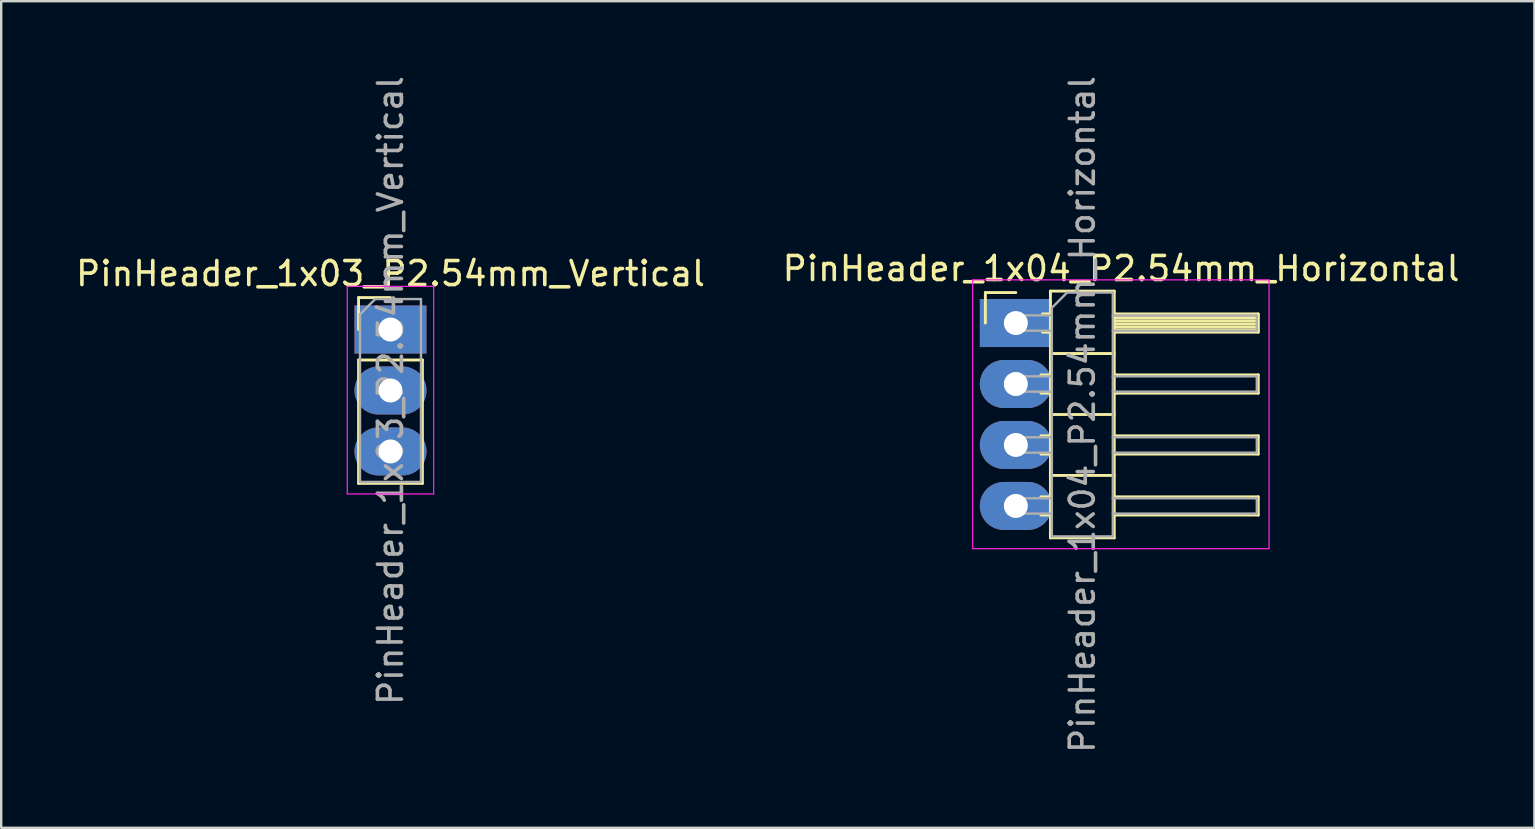
<source format=kicad_pcb>
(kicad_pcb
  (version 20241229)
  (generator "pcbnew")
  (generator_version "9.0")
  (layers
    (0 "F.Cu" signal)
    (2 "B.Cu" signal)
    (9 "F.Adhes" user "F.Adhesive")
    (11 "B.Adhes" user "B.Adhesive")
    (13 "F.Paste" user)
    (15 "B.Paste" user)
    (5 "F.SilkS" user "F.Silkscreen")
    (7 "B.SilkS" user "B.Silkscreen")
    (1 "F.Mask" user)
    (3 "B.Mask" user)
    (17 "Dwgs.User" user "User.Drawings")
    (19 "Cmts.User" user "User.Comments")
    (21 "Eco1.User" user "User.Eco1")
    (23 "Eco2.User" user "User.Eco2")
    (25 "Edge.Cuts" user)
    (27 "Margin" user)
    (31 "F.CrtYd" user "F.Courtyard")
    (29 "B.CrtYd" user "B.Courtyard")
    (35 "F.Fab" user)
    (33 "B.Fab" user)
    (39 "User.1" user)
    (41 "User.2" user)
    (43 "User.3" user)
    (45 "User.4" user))
  (footprint "PinHeader_1x03_P2.54mm_Vertical"
    (layer "F.Cu")
    (at 13.22 10.68)
    (property "Reference" "PinHeader_1x03_P2.54mm_Vertical" (at 0 -2.33 0) (layer "F.SilkS") (effects (font (size 1 1) (thickness 0.15))))
    (attr through_hole)
    (fp_line (start -1.33 -1.33) (end 0 -1.33) (stroke (width 0.12) (type solid)) (layer "F.SilkS"))
    (fp_line (start -1.33 0) (end -1.33 -1.33) (stroke (width 0.12) (type solid)) (layer "F.SilkS"))
    (fp_line (start -1.33 1.27) (end -1.33 6.41) (stroke (width 0.12) (type solid)) (layer "F.SilkS"))
    (fp_line (start -1.33 1.27) (end 1.33 1.27) (stroke (width 0.12) (type solid)) (layer "F.SilkS"))
    (fp_line (start -1.33 6.41) (end 1.33 6.41) (stroke (width 0.12) (type solid)) (layer "F.SilkS"))
    (fp_line (start 1.33 1.27) (end 1.33 6.41) (stroke (width 0.12) (type solid)) (layer "F.SilkS"))
    (fp_line (start -1.8 -1.8) (end -1.8 6.85) (stroke (width 0.05) (type solid)) (layer "F.CrtYd"))
    (fp_line (start -1.8 6.85) (end 1.8 6.85) (stroke (width 0.05) (type solid)) (layer "F.CrtYd"))
    (fp_line (start 1.8 -1.8) (end -1.8 -1.8) (stroke (width 0.05) (type solid)) (layer "F.CrtYd"))
    (fp_line (start 1.8 6.85) (end 1.8 -1.8) (stroke (width 0.05) (type solid)) (layer "F.CrtYd"))
    (fp_line (start -1.27 -0.635) (end -0.635 -1.27) (stroke (width 0.1) (type solid)) (layer "F.Fab"))
    (fp_line (start -1.27 6.35) (end -1.27 -0.635) (stroke (width 0.1) (type solid)) (layer "F.Fab"))
    (fp_line (start -0.635 -1.27) (end 1.27 -1.27) (stroke (width 0.1) (type solid)) (layer "F.Fab"))
    (fp_line (start 1.27 -1.27) (end 1.27 6.35) (stroke (width 0.1) (type solid)) (layer "F.Fab"))
    (fp_line (start 1.27 6.35) (end -1.27 6.35) (stroke (width 0.1) (type solid)) (layer "F.Fab"))
    (fp_text user "${REFERENCE}" (at 0 2.54 90) (layer "F.Fab") (effects (font (size 1 1) (thickness 0.15))))
    (pad "1" thru_hole rect (at 0 0) (size 3 2) (drill 1) (layers "*.Cu" "*.Mask"))
    (pad "2" thru_hole oval (at 0 2.54) (size 3 2) (drill 1) (layers "*.Cu" "*.Mask"))
    (pad "3" thru_hole oval (at 0 5.08) (size 3 2) (drill 1) (layers "*.Cu" "*.Mask")))
  (footprint "PinHeader_1x04_P2.54mm_Horizontal"
    (layer "F.Cu")
    (at 39.276 10.41)
    (property "Reference" "PinHeader_1x04_P2.54mm_Horizontal" (at 4.385 -2.27 0) (layer "F.SilkS") (effects (font (size 1 1) (thickness 0.15))))
    (attr through_hole)
    (fp_line (start -1.27 -1.27) (end 0 -1.27) (stroke (width 0.12) (type solid)) (layer "F.SilkS"))
    (fp_line (start -1.27 0) (end -1.27 -1.27) (stroke (width 0.12) (type solid)) (layer "F.SilkS"))
    (fp_line (start 1.043 2.16) (end 1.44 2.16) (stroke (width 0.12) (type solid)) (layer "F.SilkS"))
    (fp_line (start 1.043 2.92) (end 1.44 2.92) (stroke (width 0.12) (type solid)) (layer "F.SilkS"))
    (fp_line (start 1.043 4.7) (end 1.44 4.7) (stroke (width 0.12) (type solid)) (layer "F.SilkS"))
    (fp_line (start 1.043 5.46) (end 1.44 5.46) (stroke (width 0.12) (type solid)) (layer "F.SilkS"))
    (fp_line (start 1.043 7.24) (end 1.44 7.24) (stroke (width 0.12) (type solid)) (layer "F.SilkS"))
    (fp_line (start 1.043 8) (end 1.44 8) (stroke (width 0.12) (type solid)) (layer "F.SilkS"))
    (fp_line (start 1.11 -0.38) (end 1.44 -0.38) (stroke (width 0.12) (type solid)) (layer "F.SilkS"))
    (fp_line (start 1.11 0.38) (end 1.44 0.38) (stroke (width 0.12) (type solid)) (layer "F.SilkS"))
    (fp_line (start 1.44 -1.33) (end 1.44 8.95) (stroke (width 0.12) (type solid)) (layer "F.SilkS"))
    (fp_line (start 1.44 1.27) (end 4.1 1.27) (stroke (width 0.12) (type solid)) (layer "F.SilkS"))
    (fp_line (start 1.44 3.81) (end 4.1 3.81) (stroke (width 0.12) (type solid)) (layer "F.SilkS"))
    (fp_line (start 1.44 6.35) (end 4.1 6.35) (stroke (width 0.12) (type solid)) (layer "F.SilkS"))
    (fp_line (start 1.44 8.95) (end 4.1 8.95) (stroke (width 0.12) (type solid)) (layer "F.SilkS"))
    (fp_line (start 4.1 -1.33) (end 1.44 -1.33) (stroke (width 0.12) (type solid)) (layer "F.SilkS"))
    (fp_line (start 4.1 -0.38) (end 10.1 -0.38) (stroke (width 0.12) (type solid)) (layer "F.SilkS"))
    (fp_line (start 4.1 -0.32) (end 10.1 -0.32) (stroke (width 0.12) (type solid)) (layer "F.SilkS"))
    (fp_line (start 4.1 -0.2) (end 10.1 -0.2) (stroke (width 0.12) (type solid)) (layer "F.SilkS"))
    (fp_line (start 4.1 -0.08) (end 10.1 -0.08) (stroke (width 0.12) (type solid)) (layer "F.SilkS"))
    (fp_line (start 4.1 0.04) (end 10.1 0.04) (stroke (width 0.12) (type solid)) (layer "F.SilkS"))
    (fp_line (start 4.1 0.16) (end 10.1 0.16) (stroke (width 0.12) (type solid)) (layer "F.SilkS"))
    (fp_line (start 4.1 0.28) (end 10.1 0.28) (stroke (width 0.12) (type solid)) (layer "F.SilkS"))
    (fp_line (start 4.1 2.16) (end 10.1 2.16) (stroke (width 0.12) (type solid)) (layer "F.SilkS"))
    (fp_line (start 4.1 4.7) (end 10.1 4.7) (stroke (width 0.12) (type solid)) (layer "F.SilkS"))
    (fp_line (start 4.1 7.24) (end 10.1 7.24) (stroke (width 0.12) (type solid)) (layer "F.SilkS"))
    (fp_line (start 4.1 8.95) (end 4.1 -1.33) (stroke (width 0.12) (type solid)) (layer "F.SilkS"))
    (fp_line (start 10.1 -0.38) (end 10.1 0.38) (stroke (width 0.12) (type solid)) (layer "F.SilkS"))
    (fp_line (start 10.1 0.38) (end 4.1 0.38) (stroke (width 0.12) (type solid)) (layer "F.SilkS"))
    (fp_line (start 10.1 2.16) (end 10.1 2.92) (stroke (width 0.12) (type solid)) (layer "F.SilkS"))
    (fp_line (start 10.1 2.92) (end 4.1 2.92) (stroke (width 0.12) (type solid)) (layer "F.SilkS"))
    (fp_line (start 10.1 4.7) (end 10.1 5.46) (stroke (width 0.12) (type solid)) (layer "F.SilkS"))
    (fp_line (start 10.1 5.46) (end 4.1 5.46) (stroke (width 0.12) (type solid)) (layer "F.SilkS"))
    (fp_line (start 10.1 7.24) (end 10.1 8) (stroke (width 0.12) (type solid)) (layer "F.SilkS"))
    (fp_line (start 10.1 8) (end 4.1 8) (stroke (width 0.12) (type solid)) (layer "F.SilkS"))
    (fp_line (start -1.8 -1.8) (end -1.8 9.4) (stroke (width 0.05) (type solid)) (layer "F.CrtYd"))
    (fp_line (start -1.8 9.4) (end 10.55 9.4) (stroke (width 0.05) (type solid)) (layer "F.CrtYd"))
    (fp_line (start 10.55 -1.8) (end -1.8 -1.8) (stroke (width 0.05) (type solid)) (layer "F.CrtYd"))
    (fp_line (start 10.55 9.4) (end 10.55 -1.8) (stroke (width 0.05) (type solid)) (layer "F.CrtYd"))
    (fp_line (start -0.32 -0.32) (end -0.32 0.32) (stroke (width 0.1) (type solid)) (layer "F.Fab"))
    (fp_line (start -0.32 -0.32) (end 1.5 -0.32) (stroke (width 0.1) (type solid)) (layer "F.Fab"))
    (fp_line (start -0.32 0.32) (end 1.5 0.32) (stroke (width 0.1) (type solid)) (layer "F.Fab"))
    (fp_line (start -0.32 2.22) (end -0.32 2.86) (stroke (width 0.1) (type solid)) (layer "F.Fab"))
    (fp_line (start -0.32 2.22) (end 1.5 2.22) (stroke (width 0.1) (type solid)) (layer "F.Fab"))
    (fp_line (start -0.32 2.86) (end 1.5 2.86) (stroke (width 0.1) (type solid)) (layer "F.Fab"))
    (fp_line (start -0.32 4.76) (end -0.32 5.4) (stroke (width 0.1) (type solid)) (layer "F.Fab"))
    (fp_line (start -0.32 4.76) (end 1.5 4.76) (stroke (width 0.1) (type solid)) (layer "F.Fab"))
    (fp_line (start -0.32 5.4) (end 1.5 5.4) (stroke (width 0.1) (type solid)) (layer "F.Fab"))
    (fp_line (start -0.32 7.3) (end -0.32 7.94) (stroke (width 0.1) (type solid)) (layer "F.Fab"))
    (fp_line (start -0.32 7.3) (end 1.5 7.3) (stroke (width 0.1) (type solid)) (layer "F.Fab"))
    (fp_line (start -0.32 7.94) (end 1.5 7.94) (stroke (width 0.1) (type solid)) (layer "F.Fab"))
    (fp_line (start 1.5 -0.635) (end 2.135 -1.27) (stroke (width 0.1) (type solid)) (layer "F.Fab"))
    (fp_line (start 1.5 8.89) (end 1.5 -0.635) (stroke (width 0.1) (type solid)) (layer "F.Fab"))
    (fp_line (start 2.135 -1.27) (end 4.04 -1.27) (stroke (width 0.1) (type solid)) (layer "F.Fab"))
    (fp_line (start 4.04 -1.27) (end 4.04 8.89) (stroke (width 0.1) (type solid)) (layer "F.Fab"))
    (fp_line (start 4.04 -0.32) (end 10.04 -0.32) (stroke (width 0.1) (type solid)) (layer "F.Fab"))
    (fp_line (start 4.04 0.32) (end 10.04 0.32) (stroke (width 0.1) (type solid)) (layer "F.Fab"))
    (fp_line (start 4.04 2.22) (end 10.04 2.22) (stroke (width 0.1) (type solid)) (layer "F.Fab"))
    (fp_line (start 4.04 2.86) (end 10.04 2.86) (stroke (width 0.1) (type solid)) (layer "F.Fab"))
    (fp_line (start 4.04 4.76) (end 10.04 4.76) (stroke (width 0.1) (type solid)) (layer "F.Fab"))
    (fp_line (start 4.04 5.4) (end 10.04 5.4) (stroke (width 0.1) (type solid)) (layer "F.Fab"))
    (fp_line (start 4.04 7.3) (end 10.04 7.3) (stroke (width 0.1) (type solid)) (layer "F.Fab"))
    (fp_line (start 4.04 7.94) (end 10.04 7.94) (stroke (width 0.1) (type solid)) (layer "F.Fab"))
    (fp_line (start 4.04 8.89) (end 1.5 8.89) (stroke (width 0.1) (type solid)) (layer "F.Fab"))
    (fp_line (start 10.04 -0.32) (end 10.04 0.32) (stroke (width 0.1) (type solid)) (layer "F.Fab"))
    (fp_line (start 10.04 2.22) (end 10.04 2.86) (stroke (width 0.1) (type solid)) (layer "F.Fab"))
    (fp_line (start 10.04 4.76) (end 10.04 5.4) (stroke (width 0.1) (type solid)) (layer "F.Fab"))
    (fp_line (start 10.04 7.3) (end 10.04 7.94) (stroke (width 0.1) (type solid)) (layer "F.Fab"))
    (fp_text user "${REFERENCE}" (at 2.77 3.81 90) (layer "F.Fab") (effects (font (size 1 1) (thickness 0.15))))
    (pad "1" thru_hole rect (at 0 0) (size 3 2) (drill 1) (layers "*.Cu" "*.Mask"))
    (pad "2" thru_hole oval (at 0 2.54) (size 3 2) (drill 1) (layers "*.Cu" "*.Mask"))
    (pad "3" thru_hole oval (at 0 5.08) (size 3 2) (drill 1) (layers "*.Cu" "*.Mask" "F.Paste"))
    (pad "4" thru_hole oval (at 0 7.62) (size 3 2) (drill 1) (layers "*.Cu" "*.Mask")))
  (gr_rect
    (start -3 -3)
    (end 60.881 31.44)
    (stroke (width 0.1) (type default))
    (fill no)
    (layer "Edge.Cuts")))
</source>
